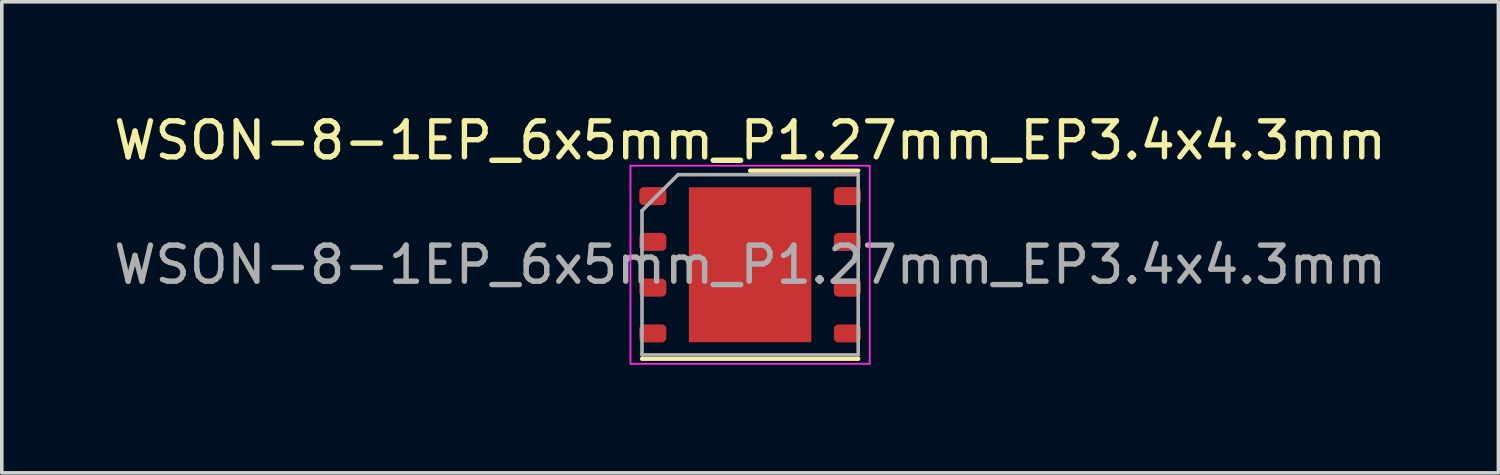
<source format=kicad_pcb>
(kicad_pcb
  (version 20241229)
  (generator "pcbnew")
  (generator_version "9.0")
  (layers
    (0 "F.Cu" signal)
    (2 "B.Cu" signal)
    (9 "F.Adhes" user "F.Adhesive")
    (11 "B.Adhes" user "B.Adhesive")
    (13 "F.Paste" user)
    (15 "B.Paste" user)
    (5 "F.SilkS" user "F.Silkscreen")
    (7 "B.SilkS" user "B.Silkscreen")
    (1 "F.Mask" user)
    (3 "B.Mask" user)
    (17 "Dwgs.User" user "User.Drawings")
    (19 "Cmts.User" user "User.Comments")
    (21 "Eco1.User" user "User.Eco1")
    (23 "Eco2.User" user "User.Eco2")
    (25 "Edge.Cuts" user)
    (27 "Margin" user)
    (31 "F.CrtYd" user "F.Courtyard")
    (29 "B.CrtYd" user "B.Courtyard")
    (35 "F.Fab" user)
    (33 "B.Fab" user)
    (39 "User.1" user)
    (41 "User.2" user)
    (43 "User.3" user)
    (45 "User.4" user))
  (footprint "WSON-8-1EP_6x5mm_P1.27mm_EP3.4x4.3mm"
    (layer "F.Cu")
    (at 17.768 4.298)
    (property "Reference" "WSON-8-1EP_6x5mm_P1.27mm_EP3.4x4.3mm" (at 0 -3.45 0) (layer "F.SilkS") (effects (font (size 1 1) (thickness 0.15))))
    (attr smd)
    (fp_line (start -3 2.61) (end 3 2.61) (stroke (width 0.12) (type solid)) (layer "F.SilkS"))
    (fp_line (start 0 -2.61) (end 3 -2.61) (stroke (width 0.12) (type solid)) (layer "F.SilkS"))
    (fp_line (start -3.32 -2.75) (end -3.32 2.75) (stroke (width 0.05) (type solid)) (layer "F.CrtYd"))
    (fp_line (start -3.32 2.75) (end 3.32 2.75) (stroke (width 0.05) (type solid)) (layer "F.CrtYd"))
    (fp_line (start 3.32 -2.75) (end -3.32 -2.75) (stroke (width 0.05) (type solid)) (layer "F.CrtYd"))
    (fp_line (start 3.32 2.75) (end 3.32 -2.75) (stroke (width 0.05) (type solid)) (layer "F.CrtYd"))
    (fp_line (start -3 -1.5) (end -2 -2.5) (stroke (width 0.1) (type solid)) (layer "F.Fab"))
    (fp_line (start -3 2.5) (end -3 -1.5) (stroke (width 0.1) (type solid)) (layer "F.Fab"))
    (fp_line (start -2 -2.5) (end 3 -2.5) (stroke (width 0.1) (type solid)) (layer "F.Fab"))
    (fp_line (start 3 -2.5) (end 3 2.5) (stroke (width 0.1) (type solid)) (layer "F.Fab"))
    (fp_line (start 3 2.5) (end -3 2.5) (stroke (width 0.1) (type solid)) (layer "F.Fab"))
    (fp_text user "${REFERENCE}" (at 0 0 0) (layer "F.Fab") (effects (font (size 1 1) (thickness 0.15))))
    (pad "" smd roundrect (at -0.85 -1.075) (size 1.37 1.73) (layers "F.Paste") (roundrect_rratio 0.182))
    (pad "" smd roundrect (at -0.85 1.075) (size 1.37 1.73) (layers "F.Paste") (roundrect_rratio 0.182))
    (pad "" smd roundrect (at 0.85 -1.075) (size 1.37 1.73) (layers "F.Paste") (roundrect_rratio 0.182))
    (pad "" smd roundrect (at 0.85 1.075) (size 1.37 1.73) (layers "F.Paste") (roundrect_rratio 0.182))
    (pad "1" smd roundrect (at -2.7 -1.905) (size 0.75 0.5) (layers "F.Cu" "F.Mask" "F.Paste") (roundrect_rratio 0.25))
    (pad "2" smd roundrect (at -2.7 -0.635) (size 0.75 0.5) (layers "F.Cu" "F.Mask" "F.Paste") (roundrect_rratio 0.25))
    (pad "3" smd roundrect (at -2.7 0.635) (size 0.75 0.5) (layers "F.Cu" "F.Mask" "F.Paste") (roundrect_rratio 0.25))
    (pad "4" smd roundrect (at -2.7 1.905) (size 0.75 0.5) (layers "F.Cu" "F.Mask" "F.Paste") (roundrect_rratio 0.25))
    (pad "5" smd roundrect (at 2.7 1.905) (size 0.75 0.5) (layers "F.Cu" "F.Mask" "F.Paste") (roundrect_rratio 0.25))
    (pad "6" smd roundrect (at 2.7 0.635) (size 0.75 0.5) (layers "F.Cu" "F.Mask" "F.Paste") (roundrect_rratio 0.25))
    (pad "7" smd roundrect (at 2.7 -0.635) (size 0.75 0.5) (layers "F.Cu" "F.Mask" "F.Paste") (roundrect_rratio 0.25))
    (pad "8" smd roundrect (at 2.7 -1.905) (size 0.75 0.5) (layers "F.Cu" "F.Mask" "F.Paste") (roundrect_rratio 0.25))
    (pad "9" smd rect (at 0 0) (size 3.4 4.3) (layers "F.Cu" "F.Mask")))
  (gr_rect
    (start -3 -3)
    (end 38.536 10.073)
    (stroke (width 0.1) (type default))
    (fill no)
    (layer "Edge.Cuts")))
</source>
